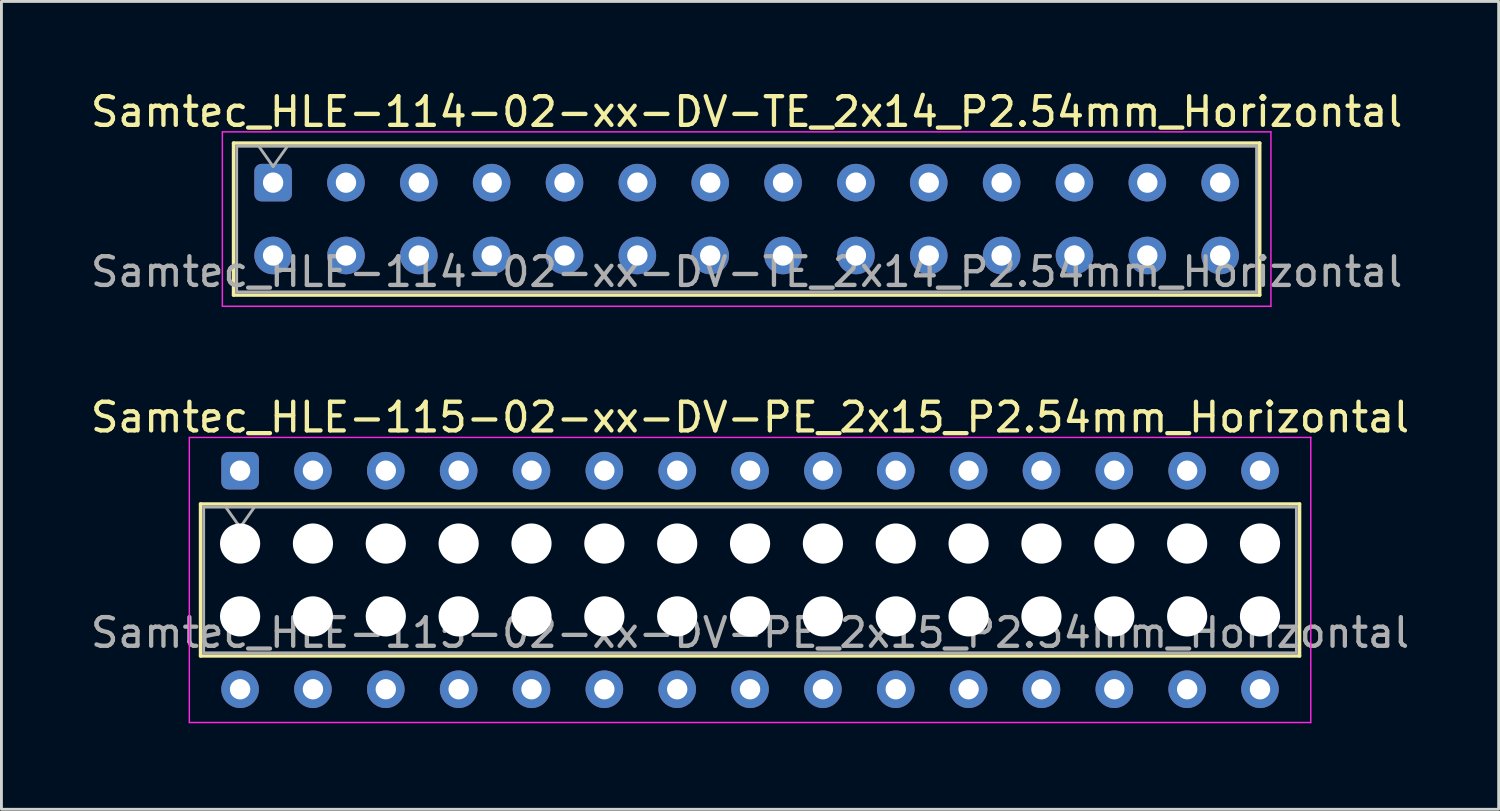
<source format=kicad_pcb>
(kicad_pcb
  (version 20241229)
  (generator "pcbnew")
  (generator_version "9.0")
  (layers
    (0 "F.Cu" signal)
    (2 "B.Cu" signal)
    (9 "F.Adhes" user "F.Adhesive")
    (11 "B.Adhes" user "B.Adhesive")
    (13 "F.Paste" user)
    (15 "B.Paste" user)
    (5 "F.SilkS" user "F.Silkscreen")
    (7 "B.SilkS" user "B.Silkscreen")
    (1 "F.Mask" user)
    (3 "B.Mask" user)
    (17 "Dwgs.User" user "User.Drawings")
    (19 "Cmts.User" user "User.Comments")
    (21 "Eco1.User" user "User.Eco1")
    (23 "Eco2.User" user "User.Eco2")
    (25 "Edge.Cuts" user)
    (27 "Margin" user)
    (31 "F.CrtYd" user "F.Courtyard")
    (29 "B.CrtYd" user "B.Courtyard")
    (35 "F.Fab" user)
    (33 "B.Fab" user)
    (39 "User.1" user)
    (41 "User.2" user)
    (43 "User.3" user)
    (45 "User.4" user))
  (footprint "Samtec_HLE-114-02-xx-DV-TE_2x14_P2.54mm_Horizontal"
    (layer "F.Cu")
    (at 6.472 3.318)
    (property "Reference" "Samtec_HLE-114-02-xx-DV-TE_2x14_P2.54mm_Horizontal" (at 16.51 -2.47 0) (layer "F.SilkS") (effects (font (size 1 1) (thickness 0.15))))
    (attr through_hole)
    (fp_line (start -1.38 -1.38) (end 34.4 -1.38) (stroke (width 0.12) (type solid)) (layer "F.SilkS"))
    (fp_line (start -1.38 3.92) (end -1.38 -1.38) (stroke (width 0.12) (type solid)) (layer "F.SilkS"))
    (fp_line (start 34.4 -1.38) (end 34.4 3.92) (stroke (width 0.12) (type solid)) (layer "F.SilkS"))
    (fp_line (start 34.4 3.92) (end -1.38 3.92) (stroke (width 0.12) (type solid)) (layer "F.SilkS"))
    (fp_line (start -1.77 -1.77) (end 34.79 -1.77) (stroke (width 0.05) (type solid)) (layer "F.CrtYd"))
    (fp_line (start -1.77 4.31) (end -1.77 -1.77) (stroke (width 0.05) (type solid)) (layer "F.CrtYd"))
    (fp_line (start 34.79 -1.77) (end 34.79 4.31) (stroke (width 0.05) (type solid)) (layer "F.CrtYd"))
    (fp_line (start 34.79 4.31) (end -1.77 4.31) (stroke (width 0.05) (type solid)) (layer "F.CrtYd"))
    (fp_line (start -1.27 -1.27) (end 34.29 -1.27) (stroke (width 0.1) (type solid)) (layer "F.Fab"))
    (fp_line (start -1.27 3.81) (end -1.27 -1.27) (stroke (width 0.1) (type solid)) (layer "F.Fab"))
    (fp_line (start -0.5 -1.27) (end 0 -0.563) (stroke (width 0.1) (type solid)) (layer "F.Fab"))
    (fp_line (start 0 -0.563) (end 0.5 -1.27) (stroke (width 0.1) (type solid)) (layer "F.Fab"))
    (fp_line (start 34.29 -1.27) (end 34.29 3.81) (stroke (width 0.1) (type solid)) (layer "F.Fab"))
    (fp_line (start 34.29 3.81) (end -1.27 3.81) (stroke (width 0.1) (type solid)) (layer "F.Fab"))
    (fp_text user "${REFERENCE}" (at 16.51 3.11 0) (layer "F.Fab") (effects (font (size 1 1) (thickness 0.15))))
    (pad "1" thru_hole roundrect (at 0 0) (size 1.31 1.31) (drill 0.71) (layers "*.Cu" "*.Mask") (roundrect_rratio 0.191))
    (pad "2" thru_hole circle (at 0 2.54) (size 1.31 1.31) (drill 0.71) (layers "*.Cu" "*.Mask"))
    (pad "3" thru_hole circle (at 2.54 0) (size 1.31 1.31) (drill 0.71) (layers "*.Cu" "*.Mask"))
    (pad "4" thru_hole circle (at 2.54 2.54) (size 1.31 1.31) (drill 0.71) (layers "*.Cu" "*.Mask"))
    (pad "5" thru_hole circle (at 5.08 0) (size 1.31 1.31) (drill 0.71) (layers "*.Cu" "*.Mask"))
    (pad "6" thru_hole circle (at 5.08 2.54) (size 1.31 1.31) (drill 0.71) (layers "*.Cu" "*.Mask"))
    (pad "7" thru_hole circle (at 7.62 0) (size 1.31 1.31) (drill 0.71) (layers "*.Cu" "*.Mask"))
    (pad "8" thru_hole circle (at 7.62 2.54) (size 1.31 1.31) (drill 0.71) (layers "*.Cu" "*.Mask"))
    (pad "9" thru_hole circle (at 10.16 0) (size 1.31 1.31) (drill 0.71) (layers "*.Cu" "*.Mask"))
    (pad "10" thru_hole circle (at 10.16 2.54) (size 1.31 1.31) (drill 0.71) (layers "*.Cu" "*.Mask"))
    (pad "11" thru_hole circle (at 12.7 0) (size 1.31 1.31) (drill 0.71) (layers "*.Cu" "*.Mask"))
    (pad "12" thru_hole circle (at 12.7 2.54) (size 1.31 1.31) (drill 0.71) (layers "*.Cu" "*.Mask"))
    (pad "13" thru_hole circle (at 15.24 0) (size 1.31 1.31) (drill 0.71) (layers "*.Cu" "*.Mask"))
    (pad "14" thru_hole circle (at 15.24 2.54) (size 1.31 1.31) (drill 0.71) (layers "*.Cu" "*.Mask"))
    (pad "15" thru_hole circle (at 17.78 0) (size 1.31 1.31) (drill 0.71) (layers "*.Cu" "*.Mask"))
    (pad "16" thru_hole circle (at 17.78 2.54) (size 1.31 1.31) (drill 0.71) (layers "*.Cu" "*.Mask"))
    (pad "17" thru_hole circle (at 20.32 0) (size 1.31 1.31) (drill 0.71) (layers "*.Cu" "*.Mask"))
    (pad "18" thru_hole circle (at 20.32 2.54) (size 1.31 1.31) (drill 0.71) (layers "*.Cu" "*.Mask"))
    (pad "19" thru_hole circle (at 22.86 0) (size 1.31 1.31) (drill 0.71) (layers "*.Cu" "*.Mask"))
    (pad "20" thru_hole circle (at 22.86 2.54) (size 1.31 1.31) (drill 0.71) (layers "*.Cu" "*.Mask"))
    (pad "21" thru_hole circle (at 25.4 0) (size 1.31 1.31) (drill 0.71) (layers "*.Cu" "*.Mask"))
    (pad "22" thru_hole circle (at 25.4 2.54) (size 1.31 1.31) (drill 0.71) (layers "*.Cu" "*.Mask"))
    (pad "23" thru_hole circle (at 27.94 0) (size 1.31 1.31) (drill 0.71) (layers "*.Cu" "*.Mask"))
    (pad "24" thru_hole circle (at 27.94 2.54) (size 1.31 1.31) (drill 0.71) (layers "*.Cu" "*.Mask"))
    (pad "25" thru_hole circle (at 30.48 0) (size 1.31 1.31) (drill 0.71) (layers "*.Cu" "*.Mask"))
    (pad "26" thru_hole circle (at 30.48 2.54) (size 1.31 1.31) (drill 0.71) (layers "*.Cu" "*.Mask"))
    (pad "27" thru_hole circle (at 33.02 0) (size 1.31 1.31) (drill 0.71) (layers "*.Cu" "*.Mask"))
    (pad "28" thru_hole circle (at 33.02 2.54) (size 1.31 1.31) (drill 0.71) (layers "*.Cu" "*.Mask")))
  (footprint "Samtec_HLE-115-02-xx-DV-PE_2x15_P2.54mm_Horizontal"
    (layer "F.Cu")
    (at 5.321 13.361)
    (property "Reference" "Samtec_HLE-115-02-xx-DV-PE_2x15_P2.54mm_Horizontal" (at 17.78 -1.86 0) (layer "F.SilkS") (effects (font (size 1 1) (thickness 0.15))))
    (attr through_hole)
    (fp_line (start -1.38 1.16) (end 36.94 1.16) (stroke (width 0.12) (type solid)) (layer "F.SilkS"))
    (fp_line (start -1.38 6.46) (end -1.38 1.16) (stroke (width 0.12) (type solid)) (layer "F.SilkS"))
    (fp_line (start 36.94 1.16) (end 36.94 6.46) (stroke (width 0.12) (type solid)) (layer "F.SilkS"))
    (fp_line (start 36.94 6.46) (end -1.38 6.46) (stroke (width 0.12) (type solid)) (layer "F.SilkS"))
    (fp_line (start -1.77 -1.16) (end 37.33 -1.16) (stroke (width 0.05) (type solid)) (layer "F.CrtYd"))
    (fp_line (start -1.77 8.78) (end -1.77 -1.16) (stroke (width 0.05) (type solid)) (layer "F.CrtYd"))
    (fp_line (start 37.33 -1.16) (end 37.33 8.78) (stroke (width 0.05) (type solid)) (layer "F.CrtYd"))
    (fp_line (start 37.33 8.78) (end -1.77 8.78) (stroke (width 0.05) (type solid)) (layer "F.CrtYd"))
    (fp_line (start -1.27 1.27) (end 36.83 1.27) (stroke (width 0.1) (type solid)) (layer "F.Fab"))
    (fp_line (start -1.27 6.35) (end -1.27 1.27) (stroke (width 0.1) (type solid)) (layer "F.Fab"))
    (fp_line (start -0.5 1.27) (end 0 1.977) (stroke (width 0.1) (type solid)) (layer "F.Fab"))
    (fp_line (start 0 1.977) (end 0.5 1.27) (stroke (width 0.1) (type solid)) (layer "F.Fab"))
    (fp_line (start 36.83 1.27) (end 36.83 6.35) (stroke (width 0.1) (type solid)) (layer "F.Fab"))
    (fp_line (start 36.83 6.35) (end -1.27 6.35) (stroke (width 0.1) (type solid)) (layer "F.Fab"))
    (fp_text user "${REFERENCE}" (at 17.78 5.65 0) (layer "F.Fab") (effects (font (size 1 1) (thickness 0.15))))
    (pad "" np_thru_hole circle (at 0 2.54) (size 1.4 1.4) (drill 1.4) (layers "*.Cu" "*.Mask"))
    (pad "" np_thru_hole circle (at 0 5.08) (size 1.4 1.4) (drill 1.4) (layers "*.Cu" "*.Mask"))
    (pad "" np_thru_hole circle (at 2.54 2.54) (size 1.4 1.4) (drill 1.4) (layers "*.Cu" "*.Mask"))
    (pad "" np_thru_hole circle (at 2.54 5.08) (size 1.4 1.4) (drill 1.4) (layers "*.Cu" "*.Mask"))
    (pad "" np_thru_hole circle (at 5.08 2.54) (size 1.4 1.4) (drill 1.4) (layers "*.Cu" "*.Mask"))
    (pad "" np_thru_hole circle (at 5.08 5.08) (size 1.4 1.4) (drill 1.4) (layers "*.Cu" "*.Mask"))
    (pad "" np_thru_hole circle (at 7.62 2.54) (size 1.4 1.4) (drill 1.4) (layers "*.Cu" "*.Mask"))
    (pad "" np_thru_hole circle (at 7.62 5.08) (size 1.4 1.4) (drill 1.4) (layers "*.Cu" "*.Mask"))
    (pad "" np_thru_hole circle (at 10.16 2.54) (size 1.4 1.4) (drill 1.4) (layers "*.Cu" "*.Mask"))
    (pad "" np_thru_hole circle (at 10.16 5.08) (size 1.4 1.4) (drill 1.4) (layers "*.Cu" "*.Mask"))
    (pad "" np_thru_hole circle (at 12.7 2.54) (size 1.4 1.4) (drill 1.4) (layers "*.Cu" "*.Mask"))
    (pad "" np_thru_hole circle (at 12.7 5.08) (size 1.4 1.4) (drill 1.4) (layers "*.Cu" "*.Mask"))
    (pad "" np_thru_hole circle (at 15.24 2.54) (size 1.4 1.4) (drill 1.4) (layers "*.Cu" "*.Mask"))
    (pad "" np_thru_hole circle (at 15.24 5.08) (size 1.4 1.4) (drill 1.4) (layers "*.Cu" "*.Mask"))
    (pad "" np_thru_hole circle (at 17.78 2.54) (size 1.4 1.4) (drill 1.4) (layers "*.Cu" "*.Mask"))
    (pad "" np_thru_hole circle (at 17.78 5.08) (size 1.4 1.4) (drill 1.4) (layers "*.Cu" "*.Mask"))
    (pad "" np_thru_hole circle (at 20.32 2.54) (size 1.4 1.4) (drill 1.4) (layers "*.Cu" "*.Mask"))
    (pad "" np_thru_hole circle (at 20.32 5.08) (size 1.4 1.4) (drill 1.4) (layers "*.Cu" "*.Mask"))
    (pad "" np_thru_hole circle (at 22.86 2.54) (size 1.4 1.4) (drill 1.4) (layers "*.Cu" "*.Mask"))
    (pad "" np_thru_hole circle (at 22.86 5.08) (size 1.4 1.4) (drill 1.4) (layers "*.Cu" "*.Mask"))
    (pad "" np_thru_hole circle (at 25.4 2.54) (size 1.4 1.4) (drill 1.4) (layers "*.Cu" "*.Mask"))
    (pad "" np_thru_hole circle (at 25.4 5.08) (size 1.4 1.4) (drill 1.4) (layers "*.Cu" "*.Mask"))
    (pad "" np_thru_hole circle (at 27.94 2.54) (size 1.4 1.4) (drill 1.4) (layers "*.Cu" "*.Mask"))
    (pad "" np_thru_hole circle (at 27.94 5.08) (size 1.4 1.4) (drill 1.4) (layers "*.Cu" "*.Mask"))
    (pad "" np_thru_hole circle (at 30.48 2.54) (size 1.4 1.4) (drill 1.4) (layers "*.Cu" "*.Mask"))
    (pad "" np_thru_hole circle (at 30.48 5.08) (size 1.4 1.4) (drill 1.4) (layers "*.Cu" "*.Mask"))
    (pad "" np_thru_hole circle (at 33.02 2.54) (size 1.4 1.4) (drill 1.4) (layers "*.Cu" "*.Mask"))
    (pad "" np_thru_hole circle (at 33.02 5.08) (size 1.4 1.4) (drill 1.4) (layers "*.Cu" "*.Mask"))
    (pad "" np_thru_hole circle (at 35.56 2.54) (size 1.4 1.4) (drill 1.4) (layers "*.Cu" "*.Mask"))
    (pad "" np_thru_hole circle (at 35.56 5.08) (size 1.4 1.4) (drill 1.4) (layers "*.Cu" "*.Mask"))
    (pad "1" thru_hole roundrect (at 0 0) (size 1.31 1.31) (drill 0.71) (layers "*.Cu" "*.Mask") (roundrect_rratio 0.191))
    (pad "2" thru_hole circle (at 0 7.62) (size 1.31 1.31) (drill 0.71) (layers "*.Cu" "*.Mask"))
    (pad "3" thru_hole circle (at 2.54 0) (size 1.31 1.31) (drill 0.71) (layers "*.Cu" "*.Mask"))
    (pad "4" thru_hole circle (at 2.54 7.62) (size 1.31 1.31) (drill 0.71) (layers "*.Cu" "*.Mask"))
    (pad "5" thru_hole circle (at 5.08 0) (size 1.31 1.31) (drill 0.71) (layers "*.Cu" "*.Mask"))
    (pad "6" thru_hole circle (at 5.08 7.62) (size 1.31 1.31) (drill 0.71) (layers "*.Cu" "*.Mask"))
    (pad "7" thru_hole circle (at 7.62 0) (size 1.31 1.31) (drill 0.71) (layers "*.Cu" "*.Mask"))
    (pad "8" thru_hole circle (at 7.62 7.62) (size 1.31 1.31) (drill 0.71) (layers "*.Cu" "*.Mask"))
    (pad "9" thru_hole circle (at 10.16 0) (size 1.31 1.31) (drill 0.71) (layers "*.Cu" "*.Mask"))
    (pad "10" thru_hole circle (at 10.16 7.62) (size 1.31 1.31) (drill 0.71) (layers "*.Cu" "*.Mask"))
    (pad "11" thru_hole circle (at 12.7 0) (size 1.31 1.31) (drill 0.71) (layers "*.Cu" "*.Mask"))
    (pad "12" thru_hole circle (at 12.7 7.62) (size 1.31 1.31) (drill 0.71) (layers "*.Cu" "*.Mask"))
    (pad "13" thru_hole circle (at 15.24 0) (size 1.31 1.31) (drill 0.71) (layers "*.Cu" "*.Mask"))
    (pad "14" thru_hole circle (at 15.24 7.62) (size 1.31 1.31) (drill 0.71) (layers "*.Cu" "*.Mask"))
    (pad "15" thru_hole circle (at 17.78 0) (size 1.31 1.31) (drill 0.71) (layers "*.Cu" "*.Mask"))
    (pad "16" thru_hole circle (at 17.78 7.62) (size 1.31 1.31) (drill 0.71) (layers "*.Cu" "*.Mask"))
    (pad "17" thru_hole circle (at 20.32 0) (size 1.31 1.31) (drill 0.71) (layers "*.Cu" "*.Mask"))
    (pad "18" thru_hole circle (at 20.32 7.62) (size 1.31 1.31) (drill 0.71) (layers "*.Cu" "*.Mask"))
    (pad "19" thru_hole circle (at 22.86 0) (size 1.31 1.31) (drill 0.71) (layers "*.Cu" "*.Mask"))
    (pad "20" thru_hole circle (at 22.86 7.62) (size 1.31 1.31) (drill 0.71) (layers "*.Cu" "*.Mask"))
    (pad "21" thru_hole circle (at 25.4 0) (size 1.31 1.31) (drill 0.71) (layers "*.Cu" "*.Mask"))
    (pad "22" thru_hole circle (at 25.4 7.62) (size 1.31 1.31) (drill 0.71) (layers "*.Cu" "*.Mask"))
    (pad "23" thru_hole circle (at 27.94 0) (size 1.31 1.31) (drill 0.71) (layers "*.Cu" "*.Mask"))
    (pad "24" thru_hole circle (at 27.94 7.62) (size 1.31 1.31) (drill 0.71) (layers "*.Cu" "*.Mask"))
    (pad "25" thru_hole circle (at 30.48 0) (size 1.31 1.31) (drill 0.71) (layers "*.Cu" "*.Mask"))
    (pad "26" thru_hole circle (at 30.48 7.62) (size 1.31 1.31) (drill 0.71) (layers "*.Cu" "*.Mask"))
    (pad "27" thru_hole circle (at 33.02 0) (size 1.31 1.31) (drill 0.71) (layers "*.Cu" "*.Mask"))
    (pad "28" thru_hole circle (at 33.02 7.62) (size 1.31 1.31) (drill 0.71) (layers "*.Cu" "*.Mask"))
    (pad "29" thru_hole circle (at 35.56 0) (size 1.31 1.31) (drill 0.71) (layers "*.Cu" "*.Mask"))
    (pad "30" thru_hole circle (at 35.56 7.62) (size 1.31 1.31) (drill 0.71) (layers "*.Cu" "*.Mask")))
  (gr_rect
    (start -3 -3)
    (end 49.202 25.166)
    (stroke (width 0.1) (type default))
    (fill no)
    (layer "Edge.Cuts")))
</source>
